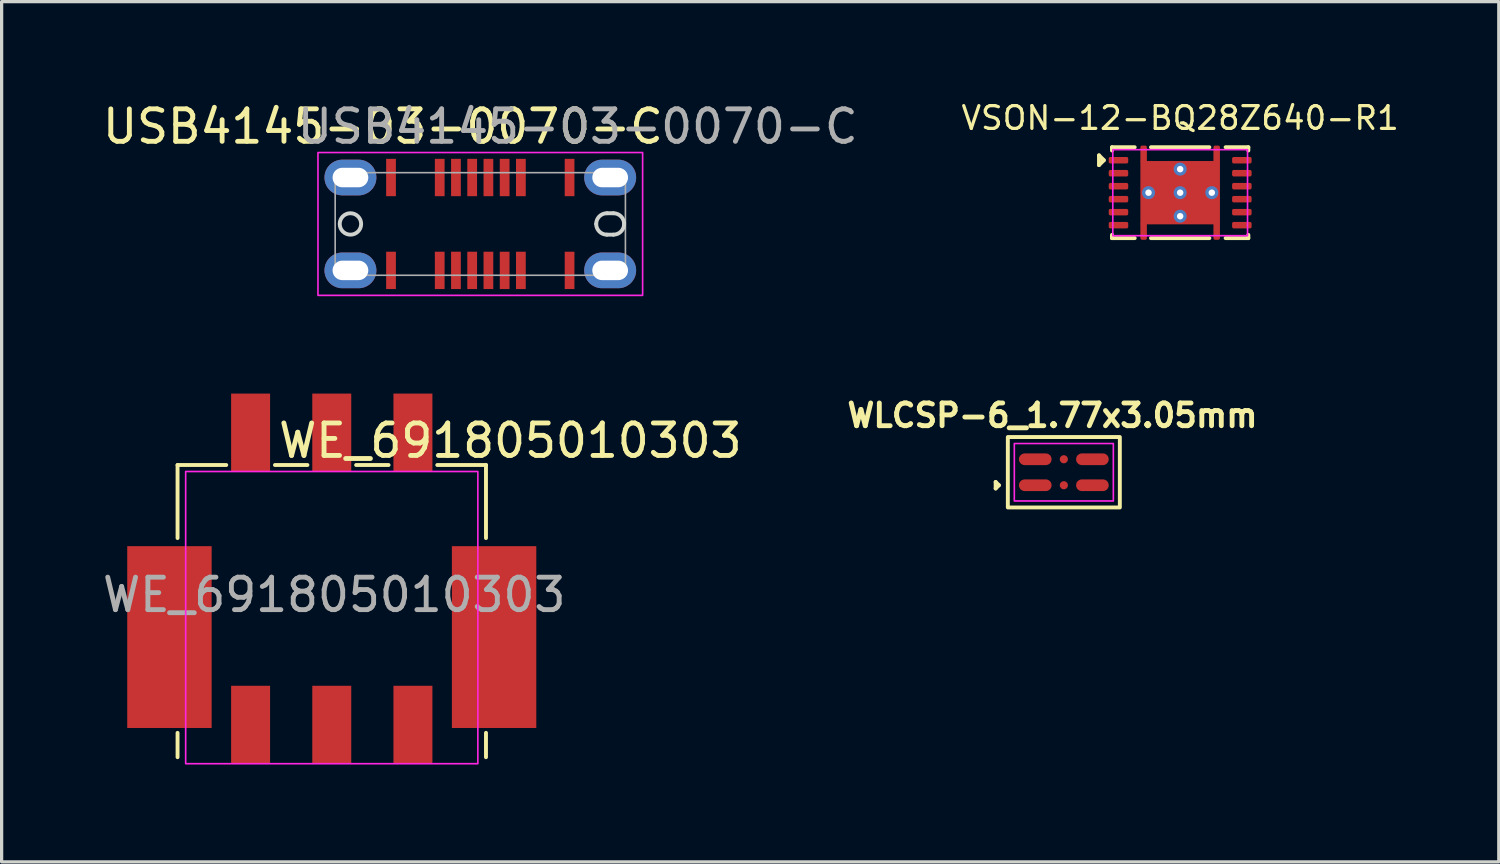
<source format=kicad_pcb>
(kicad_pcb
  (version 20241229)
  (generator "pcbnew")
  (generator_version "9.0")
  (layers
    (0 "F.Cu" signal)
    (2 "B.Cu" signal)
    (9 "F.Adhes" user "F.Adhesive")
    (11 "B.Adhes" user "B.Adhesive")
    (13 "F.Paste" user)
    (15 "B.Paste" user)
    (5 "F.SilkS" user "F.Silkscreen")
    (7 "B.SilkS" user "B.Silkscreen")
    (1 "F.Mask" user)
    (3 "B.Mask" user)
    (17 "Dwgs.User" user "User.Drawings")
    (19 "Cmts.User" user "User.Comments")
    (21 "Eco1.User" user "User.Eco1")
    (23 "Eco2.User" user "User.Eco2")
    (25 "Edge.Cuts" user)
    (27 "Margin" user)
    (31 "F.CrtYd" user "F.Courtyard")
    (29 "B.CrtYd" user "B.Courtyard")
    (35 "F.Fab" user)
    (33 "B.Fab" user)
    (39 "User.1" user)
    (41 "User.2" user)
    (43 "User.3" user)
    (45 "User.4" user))
  (footprint "WE_691805010303"
    (layer "F.Cu")
    (at 7.169 19.273)
    (property "Reference" "WE_691805010303" (at 5.5 -8.75 0) (unlocked yes) (layer "F.SilkS") (effects (font (size 1 1) (thickness 0.15))))
    (attr smd)
    (fp_line (start -4.75 -8) (end -3.25 -8) (stroke (width 0.12) (type solid)) (layer "F.SilkS"))
    (fp_line (start -4.75 -5.75) (end -4.75 -8) (stroke (width 0.12) (type solid)) (layer "F.SilkS"))
    (fp_line (start -4.75 0.25) (end -4.75 1) (stroke (width 0.12) (type solid)) (layer "F.SilkS"))
    (fp_line (start -1.75 -8) (end -0.75 -8) (stroke (width 0.12) (type solid)) (layer "F.SilkS"))
    (fp_line (start 0.75 -8) (end 1.75 -8) (stroke (width 0.12) (type solid)) (layer "F.SilkS"))
    (fp_line (start 3.25 -8) (end 4.75 -8) (stroke (width 0.12) (type solid)) (layer "F.SilkS"))
    (fp_line (start 4.75 -8) (end 4.75 -5.75) (stroke (width 0.12) (type solid)) (layer "F.SilkS"))
    (fp_line (start 4.75 0.25) (end 4.75 1) (stroke (width 0.12) (type solid)) (layer "F.SilkS"))
    (fp_rect (start -4.5 1.2) (end 4.5 -7.8) (stroke (width 0.05) (type solid)) (fill no) (layer "F.CrtYd"))
    (fp_text user "${REFERENCE}" (at 0.075 -4 0) (unlocked yes) (layer "F.Fab") (effects (font (size 1 1) (thickness 0.15))))
    (pad "1" smd rect (at -2.5 -9) (size 1.2 2.4) (layers "F.Cu" "F.Mask" "F.Paste"))
    (pad "1" smd rect (at -2.5 0) (size 1.2 2.4) (layers "F.Cu" "F.Mask" "F.Paste"))
    (pad "2" smd rect (at 0 -9) (size 1.2 2.4) (layers "F.Cu" "F.Mask" "F.Paste"))
    (pad "2" smd rect (at 0 0) (size 1.2 2.4) (layers "F.Cu" "F.Mask" "F.Paste"))
    (pad "3" smd rect (at 2.5 -9) (size 1.2 2.4) (layers "F.Cu" "F.Mask" "F.Paste"))
    (pad "3" smd rect (at 2.5 0) (size 1.2 2.4) (layers "F.Cu" "F.Mask" "F.Paste"))
    (pad "4" smd rect (at -5 -2.7) (size 2.6 5.6) (layers "F.Cu" "F.Mask" "F.Paste"))
    (pad "5" smd rect (at 5 -2.7) (size 2.6 5.6) (layers "F.Cu" "F.Mask" "F.Paste")))
  (footprint "WLCSP-6_1.77x3.05mm"
    (layer "F.Cu")
    (at 29.718 11.496)
    (property "Reference" "WLCSP-6_1.77x3.05mm" (at -0.35 -1.75 0) (unlocked yes) (layer "F.SilkS") (effects (font (size 0.7 0.7) (thickness 0.15))))
    (attr smd)
    (fp_line (start -2.1 0.3) (end -2.1 0.5) (stroke (width 0.12) (type default)) (layer "F.SilkS"))
    (fp_line (start -2.1 0.5) (end -2 0.4) (stroke (width 0.12) (type default)) (layer "F.SilkS"))
    (fp_line (start -2 0.4) (end -2.1 0.3) (stroke (width 0.12) (type default)) (layer "F.SilkS"))
    (fp_rect (start -1.725 -1.085) (end 1.725 1.085) (stroke (width 0.12) (type solid)) (fill no) (layer "F.SilkS"))
    (fp_rect (start -1.525 -0.885) (end 1.525 0.885) (stroke (width 0.05) (type solid)) (fill no) (layer "F.CrtYd"))
    (pad "1" smd oval (at -0.88 0.4) (size 1.005 0.36) (layers "F.Cu" "F.Mask" "F.Paste"))
    (pad "2" smd circle (at 0 0.4) (size 0.25 0.25) (layers "F.Cu" "F.Mask" "F.Paste"))
    (pad "3" smd oval (at 0.88 0.4) (size 1.005 0.36) (layers "F.Cu" "F.Mask" "F.Paste"))
    (pad "4" smd oval (at 0.88 -0.4) (size 1.005 0.36) (layers "F.Cu" "F.Mask" "F.Paste"))
    (pad "5" smd circle (at 0 -0.4) (size 0.25 0.25) (layers "F.Cu" "F.Mask" "F.Paste"))
    (pad "6" smd oval (at -0.88 -0.4) (size 1.005 0.36) (layers "F.Cu" "F.Mask" "F.Paste")))
  (footprint "USB4145-03-0070-C"
    (layer "F.Cu")
    (at 11.744 3.848)
    (property "Reference" "USB4145-03-0070-C" (at -3 -3 0) (unlocked yes) (layer "F.SilkS") (effects (font (size 1 1) (thickness 0.15))))
    (attr smd)
    (fp_line (start 3.9 -0.33) (end 4.1 -0.33) (stroke (width 0.12) (type solid)) (layer "Edge.Cuts"))
    (fp_line (start 3.9 0.33) (end 4.1 0.33) (stroke (width 0.12) (type solid)) (layer "Edge.Cuts"))
    (fp_arc (start 3.57 0) (mid 3.666655 -0.233345) (end 3.9 -0.33) (stroke (width 0.12) (type solid)) (layer "Edge.Cuts"))
    (fp_arc (start 3.9 0.33) (mid 3.666655 0.233345) (end 3.57 0) (stroke (width 0.12) (type solid)) (layer "Edge.Cuts"))
    (fp_arc (start 4.1 -0.33) (mid 4.333345 -0.233345) (end 4.43 0) (stroke (width 0.12) (type solid)) (layer "Edge.Cuts"))
    (fp_arc (start 4.43 0) (mid 4.333345 0.233345) (end 4.1 0.33) (stroke (width 0.12) (type solid)) (layer "Edge.Cuts"))
    (fp_circle (center -4 0) (end -3.67 0) (stroke (width 0.12) (type solid)) (fill no) (layer "Edge.Cuts"))
    (fp_rect (start -5 -2.2) (end 5 2.2) (stroke (width 0.05) (type solid)) (fill no) (layer "F.CrtYd"))
    (fp_rect (start -4.47 -1.58) (end 4.47 1.58) (stroke (width 0.05) (type solid)) (fill no) (layer "F.Fab"))
    (fp_text user "${REFERENCE}" (at 3 -3 0) (unlocked yes) (layer "F.Fab") (effects (font (size 1 1) (thickness 0.15))))
    (pad "A1" smd rect (at -2.75 -1.43) (size 0.3 1.15) (layers "F.Cu" "F.Mask" "F.Paste"))
    (pad "A4" smd rect (at -1.25 -1.43) (size 0.3 1.15) (layers "F.Cu" "F.Mask" "F.Paste"))
    (pad "A5" smd rect (at -0.75 -1.43) (size 0.3 1.15) (layers "F.Cu" "F.Mask" "F.Paste"))
    (pad "A6" smd rect (at -0.25 -1.43) (size 0.3 1.15) (layers "F.Cu" "F.Mask" "F.Paste"))
    (pad "A7" smd rect (at 0.25 -1.43) (size 0.3 1.15) (layers "F.Cu" "F.Mask" "F.Paste"))
    (pad "A8" smd rect (at 0.75 -1.43) (size 0.3 1.15) (layers "F.Cu" "F.Mask" "F.Paste"))
    (pad "A9" smd rect (at 1.25 -1.43) (size 0.3 1.15) (layers "F.Cu" "F.Mask" "F.Paste"))
    (pad "A12" smd rect (at 2.75 -1.43) (size 0.3 1.15) (layers "F.Cu" "F.Mask" "F.Paste"))
    (pad "B1" smd rect (at 2.75 1.43) (size 0.3 1.15) (layers "F.Cu" "F.Mask" "F.Paste"))
    (pad "B4" smd rect (at 1.25 1.43) (size 0.3 1.15) (layers "F.Cu" "F.Mask" "F.Paste"))
    (pad "B5" smd rect (at 0.75 1.43) (size 0.3 1.15) (layers "F.Cu" "F.Mask" "F.Paste"))
    (pad "B6" smd rect (at 0.25 1.43) (size 0.3 1.15) (layers "F.Cu" "F.Mask" "F.Paste"))
    (pad "B7" smd rect (at -0.25 1.43) (size 0.3 1.15) (layers "F.Cu" "F.Mask" "F.Paste"))
    (pad "B8" smd rect (at -0.75 1.43) (size 0.3 1.15) (layers "F.Cu" "F.Mask" "F.Paste"))
    (pad "B9" smd rect (at -1.25 1.43) (size 0.3 1.15) (layers "F.Cu" "F.Mask" "F.Paste"))
    (pad "B12" smd rect (at -2.75 1.43) (size 0.3 1.15) (layers "F.Cu" "F.Mask" "F.Paste"))
    (pad "S1" thru_hole oval (at -4 -1.43) (size 1.6 1.1) (drill oval 1.1 0.6) (layers "*.Cu" "*.Mask"))
    (pad "S1" thru_hole oval (at -4 1.43) (size 1.6 1.1) (drill oval 1.1 0.6) (layers "*.Cu" "*.Mask"))
    (pad "S1" thru_hole oval (at 4 -1.43) (size 1.6 1.1) (drill oval 1.1 0.6) (layers "*.Cu" "*.Mask"))
    (pad "S1" thru_hole oval (at 4 1.43) (size 1.6 1.1) (drill oval 1.1 0.6) (layers "*.Cu" "*.Mask")))
  (footprint "VSON-12-BQ28Z640-R1"
    (layer "F.Cu")
    (at 33.301 2.885)
    (property "Reference" "VSON-12-BQ28Z640-R1" (at 0 -2.3 0) (unlocked yes) (layer "F.SilkS") (effects (font (size 0.7 0.7) (thickness 0.1))))
    (attr smd)
    (fp_rect (start -1.275 -1.5) (end -0.975 -1.025) (stroke (width 0) (type solid)) (fill yes) (layer "F.Mask"))
    (fp_rect (start -1.275 -1.025) (end 1.275 1.025) (stroke (width 0) (type solid)) (fill yes) (layer "F.Mask"))
    (fp_rect (start -1.275 1.025) (end -0.975 1.5) (stroke (width 0) (type solid)) (fill yes) (layer "F.Mask"))
    (fp_rect (start 0.975 -1.5) (end 1.275 -1.025) (stroke (width 0) (type solid)) (fill yes) (layer "F.Mask"))
    (fp_rect (start 0.975 1.025) (end 1.275 1.5) (stroke (width 0) (type solid)) (fill yes) (layer "F.Mask"))
    (fp_line (start -2.5 -1.15) (end -2.5 -0.85) (stroke (width 0.12) (type default)) (layer "F.SilkS"))
    (fp_line (start -2.5 -0.85) (end -2.35 -1) (stroke (width 0.12) (type default)) (layer "F.SilkS"))
    (fp_line (start -2.35 -1) (end -2.5 -1.15) (stroke (width 0.12) (type default)) (layer "F.SilkS"))
    (fp_line (start -2.1 -1.4) (end -2.1 -1.3) (stroke (width 0.12) (type solid)) (layer "F.SilkS"))
    (fp_line (start -2.1 1.4) (end -2.1 1.3) (stroke (width 0.12) (type solid)) (layer "F.SilkS"))
    (fp_line (start -1.4 -1.4) (end -2.1 -1.4) (stroke (width 0.12) (type solid)) (layer "F.SilkS"))
    (fp_line (start -1.4 1.4) (end -2.1 1.4) (stroke (width 0.12) (type solid)) (layer "F.SilkS"))
    (fp_line (start -0.9 -1.4) (end 0.9 -1.4) (stroke (width 0.12) (type solid)) (layer "F.SilkS"))
    (fp_line (start 0.9 1.4) (end -0.9 1.4) (stroke (width 0.12) (type solid)) (layer "F.SilkS"))
    (fp_line (start 1.4 -1.4) (end 2.1 -1.4) (stroke (width 0.12) (type solid)) (layer "F.SilkS"))
    (fp_line (start 1.4 1.4) (end 2.1 1.4) (stroke (width 0.12) (type solid)) (layer "F.SilkS"))
    (fp_line (start 2.1 -1.4) (end 2.1 -1.3) (stroke (width 0.12) (type solid)) (layer "F.SilkS"))
    (fp_line (start 2.1 1.4) (end 2.1 1.3) (stroke (width 0.12) (type solid)) (layer "F.SilkS"))
    (fp_rect (start -1.225 -1.45) (end -1.025 -1.075) (stroke (width 0) (type solid)) (fill yes) (layer "F.Paste"))
    (fp_rect (start -1.225 1.075) (end -1.025 1.45) (stroke (width 0) (type solid)) (fill yes) (layer "F.Paste"))
    (fp_rect (start -1.18 -0.875) (end -0.1 0.875) (stroke (width 0) (type solid)) (fill yes) (layer "F.Paste"))
    (fp_rect (start 0.1 -0.875) (end 1.18 0.875) (stroke (width 0) (type solid)) (fill yes) (layer "F.Paste"))
    (fp_rect (start 1.025 -1.45) (end 1.225 -1.075) (stroke (width 0) (type solid)) (fill yes) (layer "F.Paste"))
    (fp_rect (start 1.025 1.075) (end 1.225 1.45) (stroke (width 0) (type solid)) (fill yes) (layer "F.Paste"))
    (fp_rect (start -2.075 -1.325) (end 2.075 1.325) (stroke (width 0.05) (type solid)) (fill no) (layer "F.CrtYd"))
    (pad "1" smd roundrect (at -1.9 -1) (size 0.6 0.2) (layers "F.Cu" "F.Mask" "F.Paste") (roundrect_rratio 0.25))
    (pad "2" smd roundrect (at -1.9 -0.6) (size 0.6 0.2) (layers "F.Cu" "F.Mask" "F.Paste") (roundrect_rratio 0.25))
    (pad "3" smd roundrect (at -1.9 -0.2) (size 0.6 0.2) (layers "F.Cu" "F.Mask" "F.Paste") (roundrect_rratio 0.25))
    (pad "4" smd roundrect (at -1.9 0.2) (size 0.6 0.2) (layers "F.Cu" "F.Mask" "F.Paste") (roundrect_rratio 0.25))
    (pad "5" smd roundrect (at -1.9 0.6) (size 0.6 0.2) (layers "F.Cu" "F.Mask" "F.Paste") (roundrect_rratio 0.25))
    (pad "6" smd roundrect (at -1.9 1) (size 0.6 0.2) (layers "F.Cu" "F.Mask" "F.Paste") (roundrect_rratio 0.25))
    (pad "7" smd roundrect (at 1.9 1) (size 0.6 0.2) (layers "F.Cu" "F.Mask" "F.Paste") (roundrect_rratio 0.25))
    (pad "8" smd roundrect (at 1.9 0.6) (size 0.6 0.2) (layers "F.Cu" "F.Mask" "F.Paste") (roundrect_rratio 0.25))
    (pad "9" smd roundrect (at 1.9 0.2) (size 0.6 0.2) (layers "F.Cu" "F.Mask" "F.Paste") (roundrect_rratio 0.25))
    (pad "10" smd roundrect (at 1.9 -0.2) (size 0.6 0.2) (layers "F.Cu" "F.Mask" "F.Paste") (roundrect_rratio 0.25))
    (pad "11" smd roundrect (at 1.9 -0.6) (size 0.6 0.2) (layers "F.Cu" "F.Mask" "F.Paste") (roundrect_rratio 0.25))
    (pad "12" smd roundrect (at 1.9 -1) (size 0.6 0.2) (layers "F.Cu" "F.Mask" "F.Paste") (roundrect_rratio 0.25))
    (pad "13" smd roundrect (at -1.125 -1.188) (size 0.2 0.525) (layers "F.Cu") (roundrect_rratio 0.25))
    (pad "13" smd roundrect (at -1.125 1.188) (size 0.2 0.525) (layers "F.Cu") (roundrect_rratio 0.25))
    (pad "13" thru_hole circle (at -0.975 0) (size 0.4 0.4) (drill 0.2) (layers "*.Cu" "B.Mask"))
    (pad "13" thru_hole circle (at 0 -0.725) (size 0.4 0.4) (drill 0.2) (layers "*.Cu" "B.Mask"))
    (pad "13" thru_hole circle (at 0 0) (size 0.4 0.4) (drill 0.2) (layers "*.Cu" "B.Mask"))
    (pad "13" smd rect (at 0 0) (size 2.45 1.95) (layers "F.Cu"))
    (pad "13" thru_hole circle (at 0 0.725) (size 0.4 0.4) (drill 0.2) (layers "*.Cu" "B.Mask"))
    (pad "13" thru_hole circle (at 0.975 0) (size 0.4 0.4) (drill 0.2) (layers "*.Cu" "B.Mask"))
    (pad "13" smd roundrect (at 1.125 -1.188) (size 0.2 0.525) (layers "F.Cu") (roundrect_rratio 0.25))
    (pad "13" smd roundrect (at 1.125 1.188) (size 0.2 0.525) (layers "F.Cu") (roundrect_rratio 0.25)))
  (gr_rect
    (start -3 -3)
    (end 43.115 23.498)
    (stroke (width 0.1) (type default))
    (fill no)
    (layer "Edge.Cuts")))
</source>
